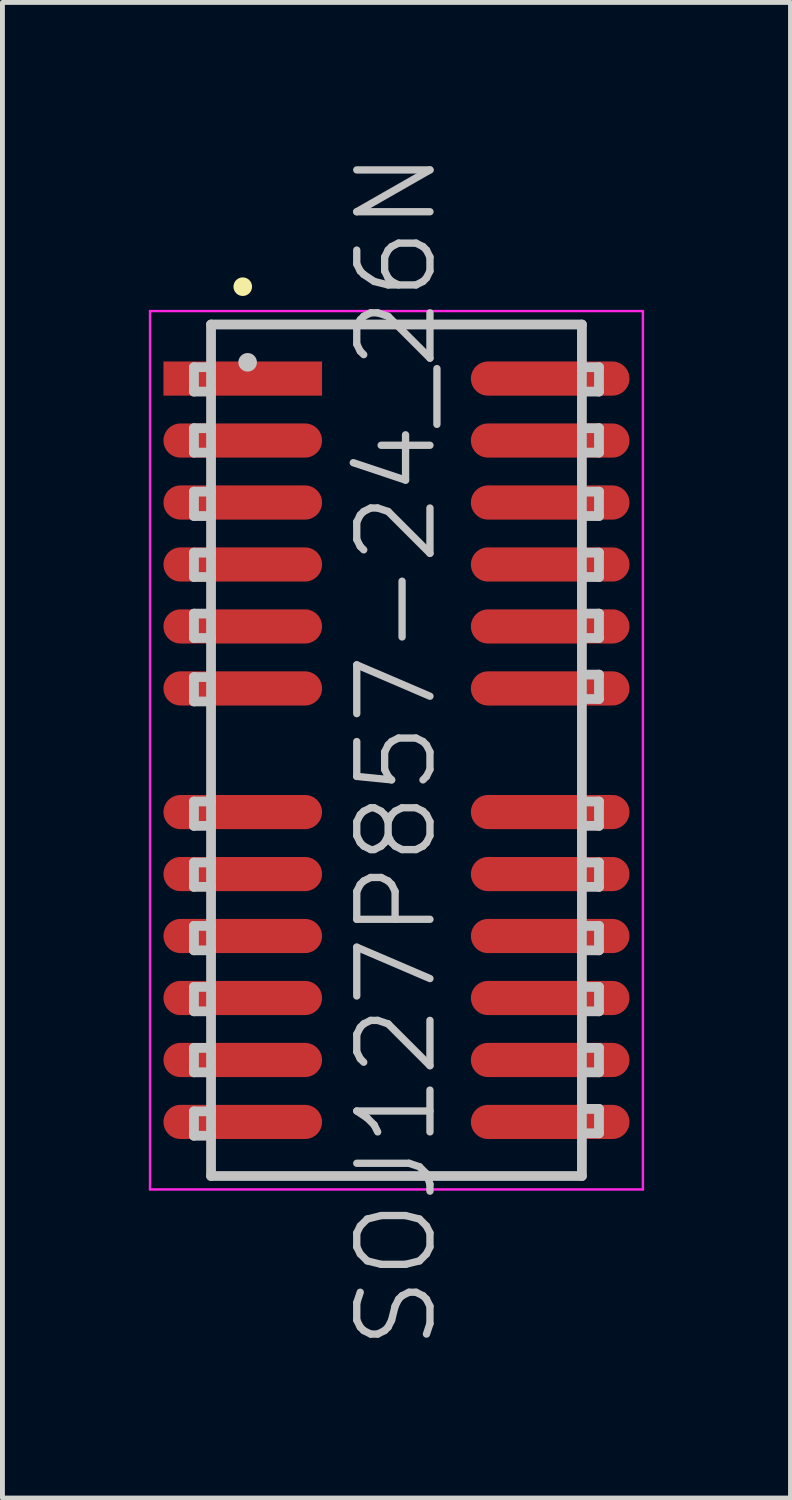
<source format=kicad_pcb>
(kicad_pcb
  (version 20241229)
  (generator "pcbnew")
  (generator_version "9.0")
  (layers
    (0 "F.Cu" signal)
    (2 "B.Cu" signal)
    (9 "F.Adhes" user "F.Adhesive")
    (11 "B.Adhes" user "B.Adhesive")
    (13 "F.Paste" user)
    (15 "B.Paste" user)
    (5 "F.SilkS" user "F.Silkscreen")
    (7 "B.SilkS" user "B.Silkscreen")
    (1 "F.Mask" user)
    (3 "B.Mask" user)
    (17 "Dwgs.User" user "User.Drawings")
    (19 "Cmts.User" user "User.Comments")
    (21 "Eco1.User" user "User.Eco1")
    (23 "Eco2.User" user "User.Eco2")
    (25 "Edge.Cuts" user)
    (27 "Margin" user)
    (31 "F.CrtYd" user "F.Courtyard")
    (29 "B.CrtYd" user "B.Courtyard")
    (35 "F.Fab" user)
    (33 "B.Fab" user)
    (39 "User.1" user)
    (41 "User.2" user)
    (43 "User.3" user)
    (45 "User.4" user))
  (footprint "SOJ127P857-24_26N"
    (layer "F.Cu")
    (at 5.075 12.325)
    (property "Reference" "SOJ127P857-24_26N" (at 0 0 90) (layer "Dwgs.User") (effects (font (size 1.5 1.5) (thickness 0.15))))
    (attr smd)
    (fp_line (start -3.15 -9.5) (end -3.15 -9.5) (stroke (width 0.381) (type solid)) (layer "F.SilkS"))
    (fp_line (start -4.15 -7.85) (end -4.15 -7.35) (stroke (width 0.2) (type solid)) (layer "Dwgs.User"))
    (fp_line (start -4.15 -7.35) (end -3.8 -7.35) (stroke (width 0.2) (type solid)) (layer "Dwgs.User"))
    (fp_line (start -4.15 -6.6) (end -4.15 -6.1) (stroke (width 0.2) (type solid)) (layer "Dwgs.User"))
    (fp_line (start -4.15 -6.1) (end -3.8 -6.1) (stroke (width 0.2) (type solid)) (layer "Dwgs.User"))
    (fp_line (start -4.15 -5.3) (end -4.15 -4.8) (stroke (width 0.2) (type solid)) (layer "Dwgs.User"))
    (fp_line (start -4.15 -4.8) (end -3.8 -4.8) (stroke (width 0.2) (type solid)) (layer "Dwgs.User"))
    (fp_line (start -4.15 -4.05) (end -4.15 -3.55) (stroke (width 0.2) (type solid)) (layer "Dwgs.User"))
    (fp_line (start -4.15 -3.55) (end -3.8 -3.55) (stroke (width 0.2) (type solid)) (layer "Dwgs.User"))
    (fp_line (start -4.15 -2.8) (end -4.15 -2.3) (stroke (width 0.2) (type solid)) (layer "Dwgs.User"))
    (fp_line (start -4.15 -2.3) (end -3.8 -2.3) (stroke (width 0.2) (type solid)) (layer "Dwgs.User"))
    (fp_line (start -4.15 -1.5) (end -4.15 -1) (stroke (width 0.2) (type solid)) (layer "Dwgs.User"))
    (fp_line (start -4.15 -1) (end -3.8 -1) (stroke (width 0.2) (type solid)) (layer "Dwgs.User"))
    (fp_line (start -4.15 1.05) (end -4.15 1.55) (stroke (width 0.2) (type solid)) (layer "Dwgs.User"))
    (fp_line (start -4.15 1.55) (end -3.8 1.55) (stroke (width 0.2) (type solid)) (layer "Dwgs.User"))
    (fp_line (start -4.15 2.3) (end -4.15 2.8) (stroke (width 0.2) (type solid)) (layer "Dwgs.User"))
    (fp_line (start -4.15 2.8) (end -3.8 2.8) (stroke (width 0.2) (type solid)) (layer "Dwgs.User"))
    (fp_line (start -4.15 3.6) (end -4.15 4.1) (stroke (width 0.2) (type solid)) (layer "Dwgs.User"))
    (fp_line (start -4.15 4.1) (end -3.8 4.1) (stroke (width 0.2) (type solid)) (layer "Dwgs.User"))
    (fp_line (start -4.15 4.85) (end -4.15 5.35) (stroke (width 0.2) (type solid)) (layer "Dwgs.User"))
    (fp_line (start -4.15 5.35) (end -3.8 5.35) (stroke (width 0.2) (type solid)) (layer "Dwgs.User"))
    (fp_line (start -4.15 6.1) (end -4.15 6.6) (stroke (width 0.2) (type solid)) (layer "Dwgs.User"))
    (fp_line (start -4.15 6.6) (end -3.8 6.6) (stroke (width 0.2) (type solid)) (layer "Dwgs.User"))
    (fp_line (start -4.15 7.4) (end -4.15 7.9) (stroke (width 0.2) (type solid)) (layer "Dwgs.User"))
    (fp_line (start -4.15 7.9) (end -3.8 7.9) (stroke (width 0.2) (type solid)) (layer "Dwgs.User"))
    (fp_line (start -3.8 -8.725) (end -3.8 8.725) (stroke (width 0.2) (type solid)) (layer "Dwgs.User"))
    (fp_line (start -3.8 -8.725) (end 3.8 -8.725) (stroke (width 0.2) (type solid)) (layer "Dwgs.User"))
    (fp_line (start -3.8 -7.85) (end -4.15 -7.85) (stroke (width 0.2) (type solid)) (layer "Dwgs.User"))
    (fp_line (start -3.8 -6.6) (end -4.15 -6.6) (stroke (width 0.2) (type solid)) (layer "Dwgs.User"))
    (fp_line (start -3.8 -5.3) (end -4.15 -5.3) (stroke (width 0.2) (type solid)) (layer "Dwgs.User"))
    (fp_line (start -3.8 -4.05) (end -4.15 -4.05) (stroke (width 0.2) (type solid)) (layer "Dwgs.User"))
    (fp_line (start -3.8 -2.8) (end -4.15 -2.8) (stroke (width 0.2) (type solid)) (layer "Dwgs.User"))
    (fp_line (start -3.8 -1.5) (end -4.15 -1.5) (stroke (width 0.2) (type solid)) (layer "Dwgs.User"))
    (fp_line (start -3.8 1.05) (end -4.15 1.05) (stroke (width 0.2) (type solid)) (layer "Dwgs.User"))
    (fp_line (start -3.8 2.3) (end -4.15 2.3) (stroke (width 0.2) (type solid)) (layer "Dwgs.User"))
    (fp_line (start -3.8 3.6) (end -4.15 3.6) (stroke (width 0.2) (type solid)) (layer "Dwgs.User"))
    (fp_line (start -3.8 4.85) (end -4.15 4.85) (stroke (width 0.2) (type solid)) (layer "Dwgs.User"))
    (fp_line (start -3.8 6.1) (end -4.15 6.1) (stroke (width 0.2) (type solid)) (layer "Dwgs.User"))
    (fp_line (start -3.8 7.4) (end -4.15 7.4) (stroke (width 0.2) (type solid)) (layer "Dwgs.User"))
    (fp_line (start -3.8 8.725) (end 3.8 8.725) (stroke (width 0.2) (type solid)) (layer "Dwgs.User"))
    (fp_line (start -3.05 -7.95) (end -3.05 -7.95) (stroke (width 0.381) (type solid)) (layer "Dwgs.User"))
    (fp_line (start 3.8 -8.725) (end 3.8 8.725) (stroke (width 0.2) (type solid)) (layer "Dwgs.User"))
    (fp_line (start 3.8 -7.85) (end 4.15 -7.85) (stroke (width 0.2) (type solid)) (layer "Dwgs.User"))
    (fp_line (start 3.8 -6.6) (end 4.15 -6.6) (stroke (width 0.2) (type solid)) (layer "Dwgs.User"))
    (fp_line (start 3.8 -5.3) (end 4.15 -5.3) (stroke (width 0.2) (type solid)) (layer "Dwgs.User"))
    (fp_line (start 3.8 -4.05) (end 4.15 -4.05) (stroke (width 0.2) (type solid)) (layer "Dwgs.User"))
    (fp_line (start 3.8 -2.8) (end 4.15 -2.8) (stroke (width 0.2) (type solid)) (layer "Dwgs.User"))
    (fp_line (start 3.8 -1.55) (end 4.15 -1.55) (stroke (width 0.2) (type solid)) (layer "Dwgs.User"))
    (fp_line (start 3.8 1.05) (end 4.15 1.05) (stroke (width 0.2) (type solid)) (layer "Dwgs.User"))
    (fp_line (start 3.8 2.3) (end 4.15 2.3) (stroke (width 0.2) (type solid)) (layer "Dwgs.User"))
    (fp_line (start 3.8 3.6) (end 4.15 3.6) (stroke (width 0.2) (type solid)) (layer "Dwgs.User"))
    (fp_line (start 3.8 4.85) (end 4.15 4.85) (stroke (width 0.2) (type solid)) (layer "Dwgs.User"))
    (fp_line (start 3.8 6.1) (end 4.15 6.1) (stroke (width 0.2) (type solid)) (layer "Dwgs.User"))
    (fp_line (start 3.8 7.35) (end 4.15 7.35) (stroke (width 0.2) (type solid)) (layer "Dwgs.User"))
    (fp_line (start 4.15 -7.85) (end 4.15 -7.35) (stroke (width 0.2) (type solid)) (layer "Dwgs.User"))
    (fp_line (start 4.15 -7.35) (end 3.8 -7.35) (stroke (width 0.2) (type solid)) (layer "Dwgs.User"))
    (fp_line (start 4.15 -6.6) (end 4.15 -6.1) (stroke (width 0.2) (type solid)) (layer "Dwgs.User"))
    (fp_line (start 4.15 -6.1) (end 3.8 -6.1) (stroke (width 0.2) (type solid)) (layer "Dwgs.User"))
    (fp_line (start 4.15 -5.3) (end 4.15 -4.8) (stroke (width 0.2) (type solid)) (layer "Dwgs.User"))
    (fp_line (start 4.15 -4.8) (end 3.8 -4.8) (stroke (width 0.2) (type solid)) (layer "Dwgs.User"))
    (fp_line (start 4.15 -4.05) (end 4.15 -3.55) (stroke (width 0.2) (type solid)) (layer "Dwgs.User"))
    (fp_line (start 4.15 -3.55) (end 3.8 -3.55) (stroke (width 0.2) (type solid)) (layer "Dwgs.User"))
    (fp_line (start 4.15 -2.8) (end 4.15 -2.3) (stroke (width 0.2) (type solid)) (layer "Dwgs.User"))
    (fp_line (start 4.15 -2.3) (end 3.8 -2.3) (stroke (width 0.2) (type solid)) (layer "Dwgs.User"))
    (fp_line (start 4.15 -1.55) (end 4.15 -1.05) (stroke (width 0.2) (type solid)) (layer "Dwgs.User"))
    (fp_line (start 4.15 -1.05) (end 3.8 -1.05) (stroke (width 0.2) (type solid)) (layer "Dwgs.User"))
    (fp_line (start 4.15 1.05) (end 4.15 1.55) (stroke (width 0.2) (type solid)) (layer "Dwgs.User"))
    (fp_line (start 4.15 1.55) (end 3.8 1.55) (stroke (width 0.2) (type solid)) (layer "Dwgs.User"))
    (fp_line (start 4.15 2.3) (end 4.15 2.8) (stroke (width 0.2) (type solid)) (layer "Dwgs.User"))
    (fp_line (start 4.15 2.8) (end 3.8 2.8) (stroke (width 0.2) (type solid)) (layer "Dwgs.User"))
    (fp_line (start 4.15 3.6) (end 4.15 4.1) (stroke (width 0.2) (type solid)) (layer "Dwgs.User"))
    (fp_line (start 4.15 4.1) (end 3.8 4.1) (stroke (width 0.2) (type solid)) (layer "Dwgs.User"))
    (fp_line (start 4.15 4.85) (end 4.15 5.35) (stroke (width 0.2) (type solid)) (layer "Dwgs.User"))
    (fp_line (start 4.15 5.35) (end 3.8 5.35) (stroke (width 0.2) (type solid)) (layer "Dwgs.User"))
    (fp_line (start 4.15 6.1) (end 4.15 6.6) (stroke (width 0.2) (type solid)) (layer "Dwgs.User"))
    (fp_line (start 4.15 6.6) (end 3.8 6.6) (stroke (width 0.2) (type solid)) (layer "Dwgs.User"))
    (fp_line (start 4.15 7.35) (end 4.15 7.85) (stroke (width 0.2) (type solid)) (layer "Dwgs.User"))
    (fp_line (start 4.15 7.85) (end 3.8 7.85) (stroke (width 0.2) (type solid)) (layer "Dwgs.User"))
    (fp_line (start -5.05 -9) (end -5.05 9) (stroke (width 0.05) (type solid)) (layer "F.CrtYd"))
    (fp_line (start -5.05 -9) (end 5.05 -9) (stroke (width 0.05) (type solid)) (layer "F.CrtYd"))
    (fp_line (start -5.05 9) (end 5.05 9) (stroke (width 0.05) (type solid)) (layer "F.CrtYd"))
    (fp_line (start 5.05 -9) (end 5.05 9) (stroke (width 0.05) (type solid)) (layer "F.CrtYd"))
    (pad "1" smd rect (at -3.15 -7.617 90) (size 0.7 3.25) (layers "F.Cu" "F.Mask" "F.Paste"))
    (pad "2" smd oval (at -3.15 -6.347 90) (size 0.7 3.25) (layers "F.Cu" "F.Mask" "F.Paste"))
    (pad "3" smd oval (at -3.15 -5.077 90) (size 0.7 3.25) (layers "F.Cu" "F.Mask" "F.Paste"))
    (pad "4" smd oval (at -3.15 -3.807 90) (size 0.7 3.25) (layers "F.Cu" "F.Mask" "F.Paste"))
    (pad "5" smd oval (at -3.15 -2.537 90) (size 0.7 3.25) (layers "F.Cu" "F.Mask" "F.Paste"))
    (pad "6" smd oval (at -3.15 -1.267 90) (size 0.7 3.25) (layers "F.Cu" "F.Mask" "F.Paste"))
    (pad "7" smd oval (at -3.15 1.267 90) (size 0.7 3.25) (layers "F.Cu" "F.Mask" "F.Paste"))
    (pad "8" smd oval (at -3.15 2.537 90) (size 0.7 3.25) (layers "F.Cu" "F.Mask" "F.Paste"))
    (pad "9" smd oval (at -3.15 3.807 90) (size 0.7 3.25) (layers "F.Cu" "F.Mask" "F.Paste"))
    (pad "10" smd oval (at -3.15 5.077 90) (size 0.7 3.25) (layers "F.Cu" "F.Mask" "F.Paste"))
    (pad "11" smd oval (at -3.15 6.347 90) (size 0.7 3.25) (layers "F.Cu" "F.Mask" "F.Paste"))
    (pad "12" smd oval (at -3.15 7.617 90) (size 0.7 3.25) (layers "F.Cu" "F.Mask" "F.Paste"))
    (pad "13" smd oval (at 3.15 7.617 270) (size 0.7 3.25) (layers "F.Cu" "F.Mask" "F.Paste"))
    (pad "14" smd oval (at 3.15 6.347 270) (size 0.7 3.25) (layers "F.Cu" "F.Mask" "F.Paste"))
    (pad "15" smd oval (at 3.15 5.077 270) (size 0.7 3.25) (layers "F.Cu" "F.Mask" "F.Paste"))
    (pad "16" smd oval (at 3.15 3.807 270) (size 0.7 3.25) (layers "F.Cu" "F.Mask" "F.Paste"))
    (pad "17" smd oval (at 3.15 2.537 270) (size 0.7 3.25) (layers "F.Cu" "F.Mask" "F.Paste"))
    (pad "18" smd oval (at 3.15 1.267 270) (size 0.7 3.25) (layers "F.Cu" "F.Mask" "F.Paste"))
    (pad "19" smd oval (at 3.15 -1.267 270) (size 0.7 3.25) (layers "F.Cu" "F.Mask" "F.Paste"))
    (pad "20" smd oval (at 3.15 -2.537 270) (size 0.7 3.25) (layers "F.Cu" "F.Mask" "F.Paste"))
    (pad "21" smd oval (at 3.15 -3.807 270) (size 0.7 3.25) (layers "F.Cu" "F.Mask" "F.Paste"))
    (pad "22" smd oval (at 3.15 -5.077 270) (size 0.7 3.25) (layers "F.Cu" "F.Mask" "F.Paste"))
    (pad "23" smd oval (at 3.15 -6.347 270) (size 0.7 3.25) (layers "F.Cu" "F.Mask" "F.Paste"))
    (pad "24" smd oval (at 3.15 -7.617 270) (size 0.7 3.25) (layers "F.Cu" "F.Mask" "F.Paste")))
  (gr_rect
    (start -3 -3)
    (end 13.15 27.65)
    (stroke (width 0.1) (type default))
    (fill no)
    (layer "Edge.Cuts")))
</source>
